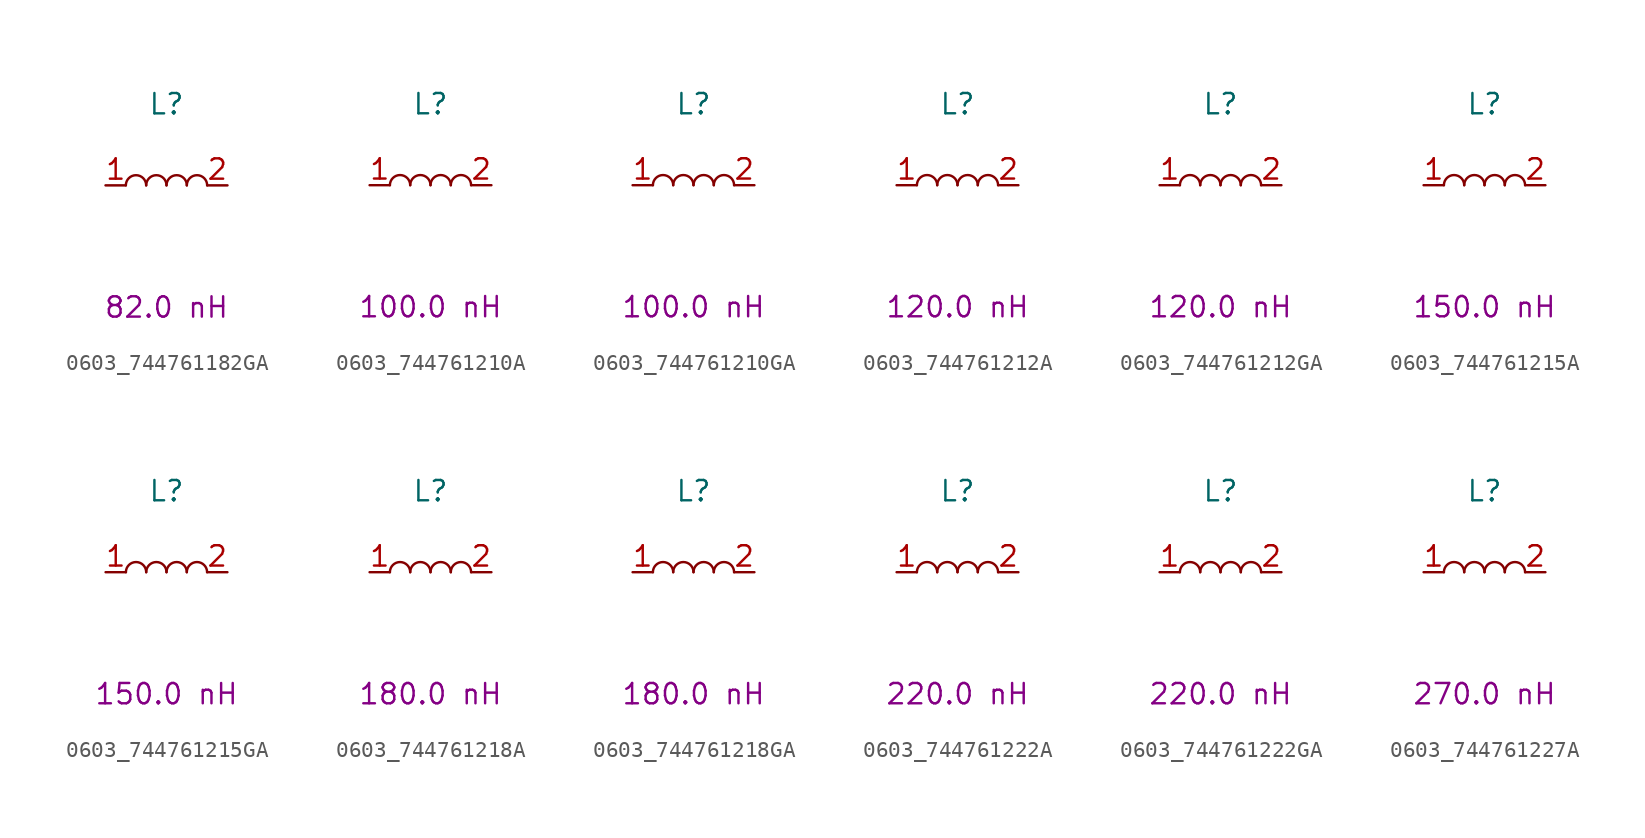
<source format=kicad_sym>
(kicad_symbol_lib
  (version 20220914)
  (generator kicad_symbol_editor)
  (symbol "0603_744761182GA"
    (pin_names hide)
    (property "Reference" "L"
      (at 0 5.08 0)
      (effects (font (size 1.27 1.27))))
    (property "Critical Parameter" "82.0 nH"
      (at 0 -7.62 0)
      (effects (font (size 1.27 1.27))))
    (symbol "0603_744761182GA_0_1"
      (arc (start -1.27 0) (mid -1.905 0.6323) (end -2.54 0) (stroke (width 0) (type default)) (fill (type none)))
      (arc (start 0 0) (mid -0.635 0.6323) (end -1.27 0) (stroke (width 0) (type default)) (fill (type none)))
      (arc (start 1.27 0) (mid 0.635 0.6323) (end 0 0) (stroke (width 0) (type default)) (fill (type none)))
      (arc (start 2.54 0) (mid 1.905 0.6323) (end 1.27 0) (stroke (width 0) (type default)) (fill (type none))))
    (symbol "0603_744761182GA_1_1"
      (pin passive line (at -3.81 0 0) (length 1.27) (name "1" (effects (font (size 1.27 1.27)))) (number "1" (effects (font (size 1.27 1.27)))))
      (pin passive line (at 3.81 0 180) (length 1.27) (name "2" (effects (font (size 1.27 1.27)))) (number "2" (effects (font (size 1.27 1.27)))))))
  (symbol "0603_744761210A"
    (pin_names hide)
    (property "Reference" "L"
      (at 0 5.08 0)
      (effects (font (size 1.27 1.27))))
    (property "Critical Parameter" "100.0 nH"
      (at 0 -7.62 0)
      (effects (font (size 1.27 1.27))))
    (symbol "0603_744761210A_0_1"
      (arc (start -1.27 0) (mid -1.905 0.6323) (end -2.54 0) (stroke (width 0) (type default)) (fill (type none)))
      (arc (start 0 0) (mid -0.635 0.6323) (end -1.27 0) (stroke (width 0) (type default)) (fill (type none)))
      (arc (start 1.27 0) (mid 0.635 0.6323) (end 0 0) (stroke (width 0) (type default)) (fill (type none)))
      (arc (start 2.54 0) (mid 1.905 0.6323) (end 1.27 0) (stroke (width 0) (type default)) (fill (type none))))
    (symbol "0603_744761210A_1_1"
      (pin passive line (at -3.81 0 0) (length 1.27) (name "1" (effects (font (size 1.27 1.27)))) (number "1" (effects (font (size 1.27 1.27)))))
      (pin passive line (at 3.81 0 180) (length 1.27) (name "2" (effects (font (size 1.27 1.27)))) (number "2" (effects (font (size 1.27 1.27)))))))
  (symbol "0603_744761210GA"
    (pin_names hide)
    (property "Reference" "L"
      (at 0 5.08 0)
      (effects (font (size 1.27 1.27))))
    (property "Critical Parameter" "100.0 nH"
      (at 0 -7.62 0)
      (effects (font (size 1.27 1.27))))
    (symbol "0603_744761210GA_0_1"
      (arc (start -1.27 0) (mid -1.905 0.6323) (end -2.54 0) (stroke (width 0) (type default)) (fill (type none)))
      (arc (start 0 0) (mid -0.635 0.6323) (end -1.27 0) (stroke (width 0) (type default)) (fill (type none)))
      (arc (start 1.27 0) (mid 0.635 0.6323) (end 0 0) (stroke (width 0) (type default)) (fill (type none)))
      (arc (start 2.54 0) (mid 1.905 0.6323) (end 1.27 0) (stroke (width 0) (type default)) (fill (type none))))
    (symbol "0603_744761210GA_1_1"
      (pin passive line (at -3.81 0 0) (length 1.27) (name "1" (effects (font (size 1.27 1.27)))) (number "1" (effects (font (size 1.27 1.27)))))
      (pin passive line (at 3.81 0 180) (length 1.27) (name "2" (effects (font (size 1.27 1.27)))) (number "2" (effects (font (size 1.27 1.27)))))))
  (symbol "0603_744761212A"
    (pin_names hide)
    (property "Reference" "L"
      (at 0 5.08 0)
      (effects (font (size 1.27 1.27))))
    (property "Critical Parameter" "120.0 nH"
      (at 0 -7.62 0)
      (effects (font (size 1.27 1.27))))
    (symbol "0603_744761212A_0_1"
      (arc (start -1.27 0) (mid -1.905 0.6323) (end -2.54 0) (stroke (width 0) (type default)) (fill (type none)))
      (arc (start 0 0) (mid -0.635 0.6323) (end -1.27 0) (stroke (width 0) (type default)) (fill (type none)))
      (arc (start 1.27 0) (mid 0.635 0.6323) (end 0 0) (stroke (width 0) (type default)) (fill (type none)))
      (arc (start 2.54 0) (mid 1.905 0.6323) (end 1.27 0) (stroke (width 0) (type default)) (fill (type none))))
    (symbol "0603_744761212A_1_1"
      (pin passive line (at -3.81 0 0) (length 1.27) (name "1" (effects (font (size 1.27 1.27)))) (number "1" (effects (font (size 1.27 1.27)))))
      (pin passive line (at 3.81 0 180) (length 1.27) (name "2" (effects (font (size 1.27 1.27)))) (number "2" (effects (font (size 1.27 1.27)))))))
  (symbol "0603_744761212GA"
    (pin_names hide)
    (property "Reference" "L"
      (at 0 5.08 0)
      (effects (font (size 1.27 1.27))))
    (property "Critical Parameter" "120.0 nH"
      (at 0 -7.62 0)
      (effects (font (size 1.27 1.27))))
    (symbol "0603_744761212GA_0_1"
      (arc (start -1.27 0) (mid -1.905 0.6323) (end -2.54 0) (stroke (width 0) (type default)) (fill (type none)))
      (arc (start 0 0) (mid -0.635 0.6323) (end -1.27 0) (stroke (width 0) (type default)) (fill (type none)))
      (arc (start 1.27 0) (mid 0.635 0.6323) (end 0 0) (stroke (width 0) (type default)) (fill (type none)))
      (arc (start 2.54 0) (mid 1.905 0.6323) (end 1.27 0) (stroke (width 0) (type default)) (fill (type none))))
    (symbol "0603_744761212GA_1_1"
      (pin passive line (at -3.81 0 0) (length 1.27) (name "1" (effects (font (size 1.27 1.27)))) (number "1" (effects (font (size 1.27 1.27)))))
      (pin passive line (at 3.81 0 180) (length 1.27) (name "2" (effects (font (size 1.27 1.27)))) (number "2" (effects (font (size 1.27 1.27)))))))
  (symbol "0603_744761215A"
    (pin_names hide)
    (property "Reference" "L"
      (at 0 5.08 0)
      (effects (font (size 1.27 1.27))))
    (property "Critical Parameter" "150.0 nH"
      (at 0 -7.62 0)
      (effects (font (size 1.27 1.27))))
    (symbol "0603_744761215A_0_1"
      (arc (start -1.27 0) (mid -1.905 0.6323) (end -2.54 0) (stroke (width 0) (type default)) (fill (type none)))
      (arc (start 0 0) (mid -0.635 0.6323) (end -1.27 0) (stroke (width 0) (type default)) (fill (type none)))
      (arc (start 1.27 0) (mid 0.635 0.6323) (end 0 0) (stroke (width 0) (type default)) (fill (type none)))
      (arc (start 2.54 0) (mid 1.905 0.6323) (end 1.27 0) (stroke (width 0) (type default)) (fill (type none))))
    (symbol "0603_744761215A_1_1"
      (pin passive line (at -3.81 0 0) (length 1.27) (name "1" (effects (font (size 1.27 1.27)))) (number "1" (effects (font (size 1.27 1.27)))))
      (pin passive line (at 3.81 0 180) (length 1.27) (name "2" (effects (font (size 1.27 1.27)))) (number "2" (effects (font (size 1.27 1.27)))))))
  (symbol "0603_744761215GA"
    (pin_names hide)
    (property "Reference" "L"
      (at 0 5.08 0)
      (effects (font (size 1.27 1.27))))
    (property "Critical Parameter" "150.0 nH"
      (at 0 -7.62 0)
      (effects (font (size 1.27 1.27))))
    (symbol "0603_744761215GA_0_1"
      (arc (start -1.27 0) (mid -1.905 0.6323) (end -2.54 0) (stroke (width 0) (type default)) (fill (type none)))
      (arc (start 0 0) (mid -0.635 0.6323) (end -1.27 0) (stroke (width 0) (type default)) (fill (type none)))
      (arc (start 1.27 0) (mid 0.635 0.6323) (end 0 0) (stroke (width 0) (type default)) (fill (type none)))
      (arc (start 2.54 0) (mid 1.905 0.6323) (end 1.27 0) (stroke (width 0) (type default)) (fill (type none))))
    (symbol "0603_744761215GA_1_1"
      (pin passive line (at -3.81 0 0) (length 1.27) (name "1" (effects (font (size 1.27 1.27)))) (number "1" (effects (font (size 1.27 1.27)))))
      (pin passive line (at 3.81 0 180) (length 1.27) (name "2" (effects (font (size 1.27 1.27)))) (number "2" (effects (font (size 1.27 1.27)))))))
  (symbol "0603_744761218A"
    (pin_names hide)
    (property "Reference" "L"
      (at 0 5.08 0)
      (effects (font (size 1.27 1.27))))
    (property "Critical Parameter" "180.0 nH"
      (at 0 -7.62 0)
      (effects (font (size 1.27 1.27))))
    (symbol "0603_744761218A_0_1"
      (arc (start -1.27 0) (mid -1.905 0.6323) (end -2.54 0) (stroke (width 0) (type default)) (fill (type none)))
      (arc (start 0 0) (mid -0.635 0.6323) (end -1.27 0) (stroke (width 0) (type default)) (fill (type none)))
      (arc (start 1.27 0) (mid 0.635 0.6323) (end 0 0) (stroke (width 0) (type default)) (fill (type none)))
      (arc (start 2.54 0) (mid 1.905 0.6323) (end 1.27 0) (stroke (width 0) (type default)) (fill (type none))))
    (symbol "0603_744761218A_1_1"
      (pin passive line (at -3.81 0 0) (length 1.27) (name "1" (effects (font (size 1.27 1.27)))) (number "1" (effects (font (size 1.27 1.27)))))
      (pin passive line (at 3.81 0 180) (length 1.27) (name "2" (effects (font (size 1.27 1.27)))) (number "2" (effects (font (size 1.27 1.27)))))))
  (symbol "0603_744761218GA"
    (pin_names hide)
    (property "Reference" "L"
      (at 0 5.08 0)
      (effects (font (size 1.27 1.27))))
    (property "Critical Parameter" "180.0 nH"
      (at 0 -7.62 0)
      (effects (font (size 1.27 1.27))))
    (symbol "0603_744761218GA_0_1"
      (arc (start -1.27 0) (mid -1.905 0.6323) (end -2.54 0) (stroke (width 0) (type default)) (fill (type none)))
      (arc (start 0 0) (mid -0.635 0.6323) (end -1.27 0) (stroke (width 0) (type default)) (fill (type none)))
      (arc (start 1.27 0) (mid 0.635 0.6323) (end 0 0) (stroke (width 0) (type default)) (fill (type none)))
      (arc (start 2.54 0) (mid 1.905 0.6323) (end 1.27 0) (stroke (width 0) (type default)) (fill (type none))))
    (symbol "0603_744761218GA_1_1"
      (pin passive line (at -3.81 0 0) (length 1.27) (name "1" (effects (font (size 1.27 1.27)))) (number "1" (effects (font (size 1.27 1.27)))))
      (pin passive line (at 3.81 0 180) (length 1.27) (name "2" (effects (font (size 1.27 1.27)))) (number "2" (effects (font (size 1.27 1.27)))))))
  (symbol "0603_744761222A"
    (pin_names hide)
    (property "Reference" "L"
      (at 0 5.08 0)
      (effects (font (size 1.27 1.27))))
    (property "Critical Parameter" "220.0 nH"
      (at 0 -7.62 0)
      (effects (font (size 1.27 1.27))))
    (symbol "0603_744761222A_0_1"
      (arc (start -1.27 0) (mid -1.905 0.6323) (end -2.54 0) (stroke (width 0) (type default)) (fill (type none)))
      (arc (start 0 0) (mid -0.635 0.6323) (end -1.27 0) (stroke (width 0) (type default)) (fill (type none)))
      (arc (start 1.27 0) (mid 0.635 0.6323) (end 0 0) (stroke (width 0) (type default)) (fill (type none)))
      (arc (start 2.54 0) (mid 1.905 0.6323) (end 1.27 0) (stroke (width 0) (type default)) (fill (type none))))
    (symbol "0603_744761222A_1_1"
      (pin passive line (at -3.81 0 0) (length 1.27) (name "1" (effects (font (size 1.27 1.27)))) (number "1" (effects (font (size 1.27 1.27)))))
      (pin passive line (at 3.81 0 180) (length 1.27) (name "2" (effects (font (size 1.27 1.27)))) (number "2" (effects (font (size 1.27 1.27)))))))
  (symbol "0603_744761222GA"
    (pin_names hide)
    (property "Reference" "L"
      (at 0 5.08 0)
      (effects (font (size 1.27 1.27))))
    (property "Critical Parameter" "220.0 nH"
      (at 0 -7.62 0)
      (effects (font (size 1.27 1.27))))
    (symbol "0603_744761222GA_0_1"
      (arc (start -1.27 0) (mid -1.905 0.6323) (end -2.54 0) (stroke (width 0) (type default)) (fill (type none)))
      (arc (start 0 0) (mid -0.635 0.6323) (end -1.27 0) (stroke (width 0) (type default)) (fill (type none)))
      (arc (start 1.27 0) (mid 0.635 0.6323) (end 0 0) (stroke (width 0) (type default)) (fill (type none)))
      (arc (start 2.54 0) (mid 1.905 0.6323) (end 1.27 0) (stroke (width 0) (type default)) (fill (type none))))
    (symbol "0603_744761222GA_1_1"
      (pin passive line (at -3.81 0 0) (length 1.27) (name "1" (effects (font (size 1.27 1.27)))) (number "1" (effects (font (size 1.27 1.27)))))
      (pin passive line (at 3.81 0 180) (length 1.27) (name "2" (effects (font (size 1.27 1.27)))) (number "2" (effects (font (size 1.27 1.27)))))))
  (symbol "0603_744761227A"
    (pin_names hide)
    (property "Reference" "L"
      (at 0 5.08 0)
      (effects (font (size 1.27 1.27))))
    (property "Critical Parameter" "270.0 nH"
      (at 0 -7.62 0)
      (effects (font (size 1.27 1.27))))
    (symbol "0603_744761227A_0_1"
      (arc (start -1.27 0) (mid -1.905 0.6323) (end -2.54 0) (stroke (width 0) (type default)) (fill (type none)))
      (arc (start 0 0) (mid -0.635 0.6323) (end -1.27 0) (stroke (width 0) (type default)) (fill (type none)))
      (arc (start 1.27 0) (mid 0.635 0.6323) (end 0 0) (stroke (width 0) (type default)) (fill (type none)))
      (arc (start 2.54 0) (mid 1.905 0.6323) (end 1.27 0) (stroke (width 0) (type default)) (fill (type none))))
    (symbol "0603_744761227A_1_1"
      (pin passive line (at -3.81 0 0) (length 1.27) (name "1" (effects (font (size 1.27 1.27)))) (number "1" (effects (font (size 1.27 1.27)))))
      (pin passive line (at 3.81 0 180) (length 1.27) (name "2" (effects (font (size 1.27 1.27)))) (number "2" (effects (font (size 1.27 1.27))))))))
</source>
